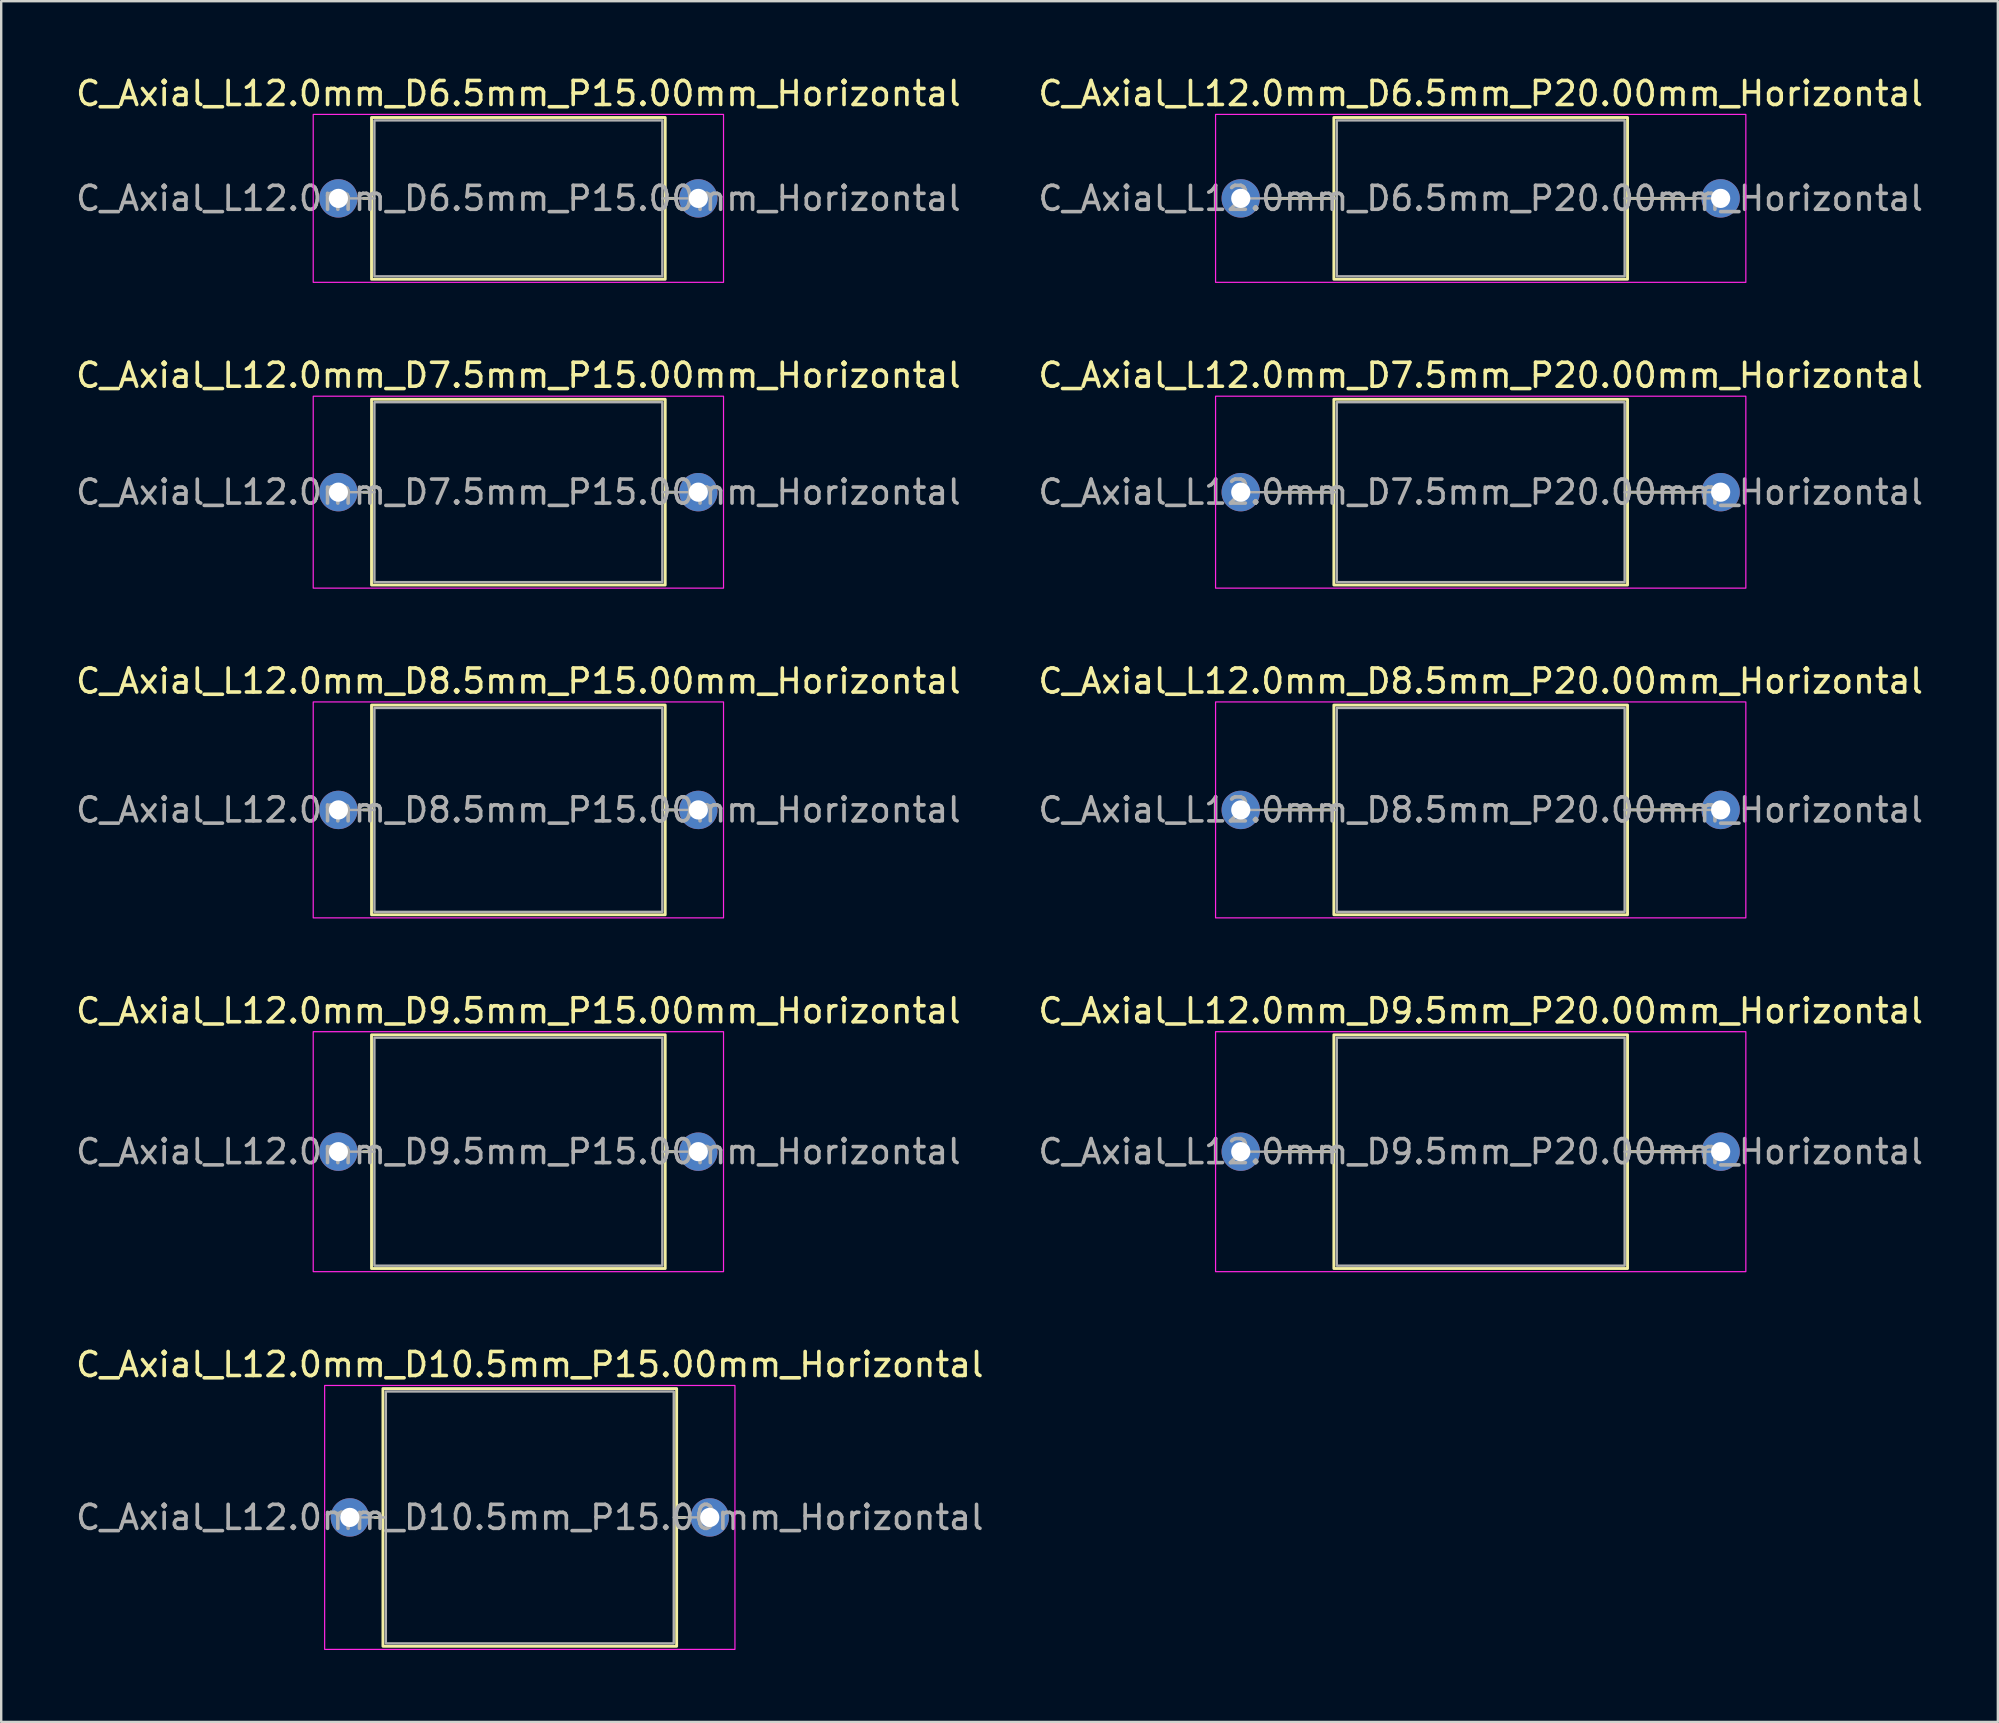
<source format=kicad_pcb>
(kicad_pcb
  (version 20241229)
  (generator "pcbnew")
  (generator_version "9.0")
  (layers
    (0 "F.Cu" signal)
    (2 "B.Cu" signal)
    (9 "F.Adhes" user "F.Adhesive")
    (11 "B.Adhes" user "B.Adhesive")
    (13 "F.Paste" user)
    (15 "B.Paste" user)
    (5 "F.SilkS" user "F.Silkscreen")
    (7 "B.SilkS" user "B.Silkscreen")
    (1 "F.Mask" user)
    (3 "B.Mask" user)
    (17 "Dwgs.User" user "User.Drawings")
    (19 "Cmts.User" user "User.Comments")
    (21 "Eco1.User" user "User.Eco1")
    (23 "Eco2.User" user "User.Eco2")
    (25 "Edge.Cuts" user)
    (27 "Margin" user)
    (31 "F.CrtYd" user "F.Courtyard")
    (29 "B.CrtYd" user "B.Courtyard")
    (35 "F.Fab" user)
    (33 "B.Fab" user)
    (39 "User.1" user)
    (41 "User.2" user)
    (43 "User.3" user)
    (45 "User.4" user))
  (footprint "C_Axial_L12.0mm_D8.5mm_P20.00mm_Horizontal"
    (layer "F.Cu")
    (at 48.661 30.705)
    (property "Reference" "C_Axial_L12.0mm_D8.5mm_P20.00mm_Horizontal" (at 10 -5.37 0) (layer "F.SilkS") (effects (font (size 1 1) (thickness 0.15))))
    (attr through_hole)
    (fp_line (start 1.04 0) (end 3.88 0) (stroke (width 0.12) (type solid)) (layer "F.SilkS"))
    (fp_line (start 18.96 0) (end 16.12 0) (stroke (width 0.12) (type solid)) (layer "F.SilkS"))
    (fp_rect (start 3.88 -4.37) (end 16.12 4.37) (stroke (width 0.12) (type solid)) (fill no) (layer "F.SilkS"))
    (fp_rect (start -1.05 -4.5) (end 21.05 4.5) (stroke (width 0.05) (type solid)) (fill no) (layer "F.CrtYd"))
    (fp_line (start 0 0) (end 4 0) (stroke (width 0.1) (type solid)) (layer "F.Fab"))
    (fp_line (start 20 0) (end 16 0) (stroke (width 0.1) (type solid)) (layer "F.Fab"))
    (fp_rect (start 4 -4.25) (end 16 4.25) (stroke (width 0.1) (type solid)) (fill no) (layer "F.Fab"))
    (fp_text user "${REFERENCE}" (at 10 0 0) (layer "F.Fab") (effects (font (size 1 1) (thickness 0.15))))
    (pad "1" thru_hole circle (at 0 0) (size 1.6 1.6) (drill 0.8) (layers "*.Cu" "*.Mask"))
    (pad "2" thru_hole circle (at 20 0) (size 1.6 1.6) (drill 0.8) (layers "*.Cu" "*.Mask")))
  (footprint "C_Axial_L12.0mm_D7.5mm_P20.00mm_Horizontal"
    (layer "F.Cu")
    (at 48.661 17.462)
    (property "Reference" "C_Axial_L12.0mm_D7.5mm_P20.00mm_Horizontal" (at 10 -4.87 0) (layer "F.SilkS") (effects (font (size 1 1) (thickness 0.15))))
    (attr through_hole)
    (fp_line (start 1.04 0) (end 3.88 0) (stroke (width 0.12) (type solid)) (layer "F.SilkS"))
    (fp_line (start 18.96 0) (end 16.12 0) (stroke (width 0.12) (type solid)) (layer "F.SilkS"))
    (fp_rect (start 3.88 -3.87) (end 16.12 3.87) (stroke (width 0.12) (type solid)) (fill no) (layer "F.SilkS"))
    (fp_rect (start -1.05 -4) (end 21.05 4) (stroke (width 0.05) (type solid)) (fill no) (layer "F.CrtYd"))
    (fp_line (start 0 0) (end 4 0) (stroke (width 0.1) (type solid)) (layer "F.Fab"))
    (fp_line (start 20 0) (end 16 0) (stroke (width 0.1) (type solid)) (layer "F.Fab"))
    (fp_rect (start 4 -3.75) (end 16 3.75) (stroke (width 0.1) (type solid)) (fill no) (layer "F.Fab"))
    (fp_text user "${REFERENCE}" (at 10 0 0) (layer "F.Fab") (effects (font (size 1 1) (thickness 0.15))))
    (pad "1" thru_hole circle (at 0 0) (size 1.6 1.6) (drill 0.8) (layers "*.Cu" "*.Mask"))
    (pad "2" thru_hole circle (at 20 0) (size 1.6 1.6) (drill 0.8) (layers "*.Cu" "*.Mask")))
  (footprint "C_Axial_L12.0mm_D9.5mm_P15.00mm_Horizontal"
    (layer "F.Cu")
    (at 11.054 44.948)
    (property "Reference" "C_Axial_L12.0mm_D9.5mm_P15.00mm_Horizontal" (at 7.5 -5.87 0) (layer "F.SilkS") (effects (font (size 1 1) (thickness 0.15))))
    (attr through_hole)
    (fp_line (start 1.04 0) (end 1.38 0) (stroke (width 0.12) (type solid)) (layer "F.SilkS"))
    (fp_line (start 13.96 0) (end 13.62 0) (stroke (width 0.12) (type solid)) (layer "F.SilkS"))
    (fp_rect (start 1.38 -4.87) (end 13.62 4.87) (stroke (width 0.12) (type solid)) (fill no) (layer "F.SilkS"))
    (fp_rect (start -1.05 -5) (end 16.05 5) (stroke (width 0.05) (type solid)) (fill no) (layer "F.CrtYd"))
    (fp_line (start 0 0) (end 1.5 0) (stroke (width 0.1) (type solid)) (layer "F.Fab"))
    (fp_line (start 15 0) (end 13.5 0) (stroke (width 0.1) (type solid)) (layer "F.Fab"))
    (fp_rect (start 1.5 -4.75) (end 13.5 4.75) (stroke (width 0.1) (type solid)) (fill no) (layer "F.Fab"))
    (fp_text user "${REFERENCE}" (at 7.5 0 0) (layer "F.Fab") (effects (font (size 1 1) (thickness 0.15))))
    (pad "1" thru_hole circle (at 0 0) (size 1.6 1.6) (drill 0.8) (layers "*.Cu" "*.Mask"))
    (pad "2" thru_hole circle (at 15 0) (size 1.6 1.6) (drill 0.8) (layers "*.Cu" "*.Mask")))
  (footprint "C_Axial_L12.0mm_D9.5mm_P20.00mm_Horizontal"
    (layer "F.Cu")
    (at 48.661 44.948)
    (property "Reference" "C_Axial_L12.0mm_D9.5mm_P20.00mm_Horizontal" (at 10 -5.87 0) (layer "F.SilkS") (effects (font (size 1 1) (thickness 0.15))))
    (attr through_hole)
    (fp_line (start 1.04 0) (end 3.88 0) (stroke (width 0.12) (type solid)) (layer "F.SilkS"))
    (fp_line (start 18.96 0) (end 16.12 0) (stroke (width 0.12) (type solid)) (layer "F.SilkS"))
    (fp_rect (start 3.88 -4.87) (end 16.12 4.87) (stroke (width 0.12) (type solid)) (fill no) (layer "F.SilkS"))
    (fp_rect (start -1.05 -5) (end 21.05 5) (stroke (width 0.05) (type solid)) (fill no) (layer "F.CrtYd"))
    (fp_line (start 0 0) (end 4 0) (stroke (width 0.1) (type solid)) (layer "F.Fab"))
    (fp_line (start 20 0) (end 16 0) (stroke (width 0.1) (type solid)) (layer "F.Fab"))
    (fp_rect (start 4 -4.75) (end 16 4.75) (stroke (width 0.1) (type solid)) (fill no) (layer "F.Fab"))
    (fp_text user "${REFERENCE}" (at 10 0 0) (layer "F.Fab") (effects (font (size 1 1) (thickness 0.15))))
    (pad "1" thru_hole circle (at 0 0) (size 1.6 1.6) (drill 0.8) (layers "*.Cu" "*.Mask"))
    (pad "2" thru_hole circle (at 20 0) (size 1.6 1.6) (drill 0.8) (layers "*.Cu" "*.Mask")))
  (footprint "C_Axial_L12.0mm_D6.5mm_P20.00mm_Horizontal"
    (layer "F.Cu")
    (at 48.661 5.218)
    (property "Reference" "C_Axial_L12.0mm_D6.5mm_P20.00mm_Horizontal" (at 10 -4.37 0) (layer "F.SilkS") (effects (font (size 1 1) (thickness 0.15))))
    (attr through_hole)
    (fp_line (start 1.04 0) (end 3.88 0) (stroke (width 0.12) (type solid)) (layer "F.SilkS"))
    (fp_line (start 18.96 0) (end 16.12 0) (stroke (width 0.12) (type solid)) (layer "F.SilkS"))
    (fp_rect (start 3.88 -3.37) (end 16.12 3.37) (stroke (width 0.12) (type solid)) (fill no) (layer "F.SilkS"))
    (fp_rect (start -1.05 -3.5) (end 21.05 3.5) (stroke (width 0.05) (type solid)) (fill no) (layer "F.CrtYd"))
    (fp_line (start 0 0) (end 4 0) (stroke (width 0.1) (type solid)) (layer "F.Fab"))
    (fp_line (start 20 0) (end 16 0) (stroke (width 0.1) (type solid)) (layer "F.Fab"))
    (fp_rect (start 4 -3.25) (end 16 3.25) (stroke (width 0.1) (type solid)) (fill no) (layer "F.Fab"))
    (fp_text user "${REFERENCE}" (at 10 0 0) (layer "F.Fab") (effects (font (size 1 1) (thickness 0.15))))
    (pad "1" thru_hole circle (at 0 0) (size 1.6 1.6) (drill 0.8) (layers "*.Cu" "*.Mask"))
    (pad "2" thru_hole circle (at 20 0) (size 1.6 1.6) (drill 0.8) (layers "*.Cu" "*.Mask")))
  (footprint "C_Axial_L12.0mm_D6.5mm_P15.00mm_Horizontal"
    (layer "F.Cu")
    (at 11.054 5.218)
    (property "Reference" "C_Axial_L12.0mm_D6.5mm_P15.00mm_Horizontal" (at 7.5 -4.37 0) (layer "F.SilkS") (effects (font (size 1 1) (thickness 0.15))))
    (attr through_hole)
    (fp_line (start 1.04 0) (end 1.38 0) (stroke (width 0.12) (type solid)) (layer "F.SilkS"))
    (fp_line (start 13.96 0) (end 13.62 0) (stroke (width 0.12) (type solid)) (layer "F.SilkS"))
    (fp_rect (start 1.38 -3.37) (end 13.62 3.37) (stroke (width 0.12) (type solid)) (fill no) (layer "F.SilkS"))
    (fp_rect (start -1.05 -3.5) (end 16.05 3.5) (stroke (width 0.05) (type solid)) (fill no) (layer "F.CrtYd"))
    (fp_line (start 0 0) (end 1.5 0) (stroke (width 0.1) (type solid)) (layer "F.Fab"))
    (fp_line (start 15 0) (end 13.5 0) (stroke (width 0.1) (type solid)) (layer "F.Fab"))
    (fp_rect (start 1.5 -3.25) (end 13.5 3.25) (stroke (width 0.1) (type solid)) (fill no) (layer "F.Fab"))
    (fp_text user "${REFERENCE}" (at 7.5 0 0) (layer "F.Fab") (effects (font (size 1 1) (thickness 0.15))))
    (pad "1" thru_hole circle (at 0 0) (size 1.6 1.6) (drill 0.8) (layers "*.Cu" "*.Mask"))
    (pad "2" thru_hole circle (at 15 0) (size 1.6 1.6) (drill 0.8) (layers "*.Cu" "*.Mask")))
  (footprint "C_Axial_L12.0mm_D7.5mm_P15.00mm_Horizontal"
    (layer "F.Cu")
    (at 11.054 17.462)
    (property "Reference" "C_Axial_L12.0mm_D7.5mm_P15.00mm_Horizontal" (at 7.5 -4.87 0) (layer "F.SilkS") (effects (font (size 1 1) (thickness 0.15))))
    (attr through_hole)
    (fp_line (start 1.04 0) (end 1.38 0) (stroke (width 0.12) (type solid)) (layer "F.SilkS"))
    (fp_line (start 13.96 0) (end 13.62 0) (stroke (width 0.12) (type solid)) (layer "F.SilkS"))
    (fp_rect (start 1.38 -3.87) (end 13.62 3.87) (stroke (width 0.12) (type solid)) (fill no) (layer "F.SilkS"))
    (fp_rect (start -1.05 -4) (end 16.05 4) (stroke (width 0.05) (type solid)) (fill no) (layer "F.CrtYd"))
    (fp_line (start 0 0) (end 1.5 0) (stroke (width 0.1) (type solid)) (layer "F.Fab"))
    (fp_line (start 15 0) (end 13.5 0) (stroke (width 0.1) (type solid)) (layer "F.Fab"))
    (fp_rect (start 1.5 -3.75) (end 13.5 3.75) (stroke (width 0.1) (type solid)) (fill no) (layer "F.Fab"))
    (fp_text user "${REFERENCE}" (at 7.5 0 0) (layer "F.Fab") (effects (font (size 1 1) (thickness 0.15))))
    (pad "1" thru_hole circle (at 0 0) (size 1.6 1.6) (drill 0.8) (layers "*.Cu" "*.Mask"))
    (pad "2" thru_hole circle (at 15 0) (size 1.6 1.6) (drill 0.8) (layers "*.Cu" "*.Mask")))
  (footprint "C_Axial_L12.0mm_D10.5mm_P15.00mm_Horizontal"
    (layer "F.Cu")
    (at 11.53 60.191)
    (property "Reference" "C_Axial_L12.0mm_D10.5mm_P15.00mm_Horizontal" (at 7.5 -6.37 0) (layer "F.SilkS") (effects (font (size 1 1) (thickness 0.15))))
    (attr through_hole)
    (fp_line (start 1.04 0) (end 1.38 0) (stroke (width 0.12) (type solid)) (layer "F.SilkS"))
    (fp_line (start 13.96 0) (end 13.62 0) (stroke (width 0.12) (type solid)) (layer "F.SilkS"))
    (fp_rect (start 1.38 -5.37) (end 13.62 5.37) (stroke (width 0.12) (type solid)) (fill no) (layer "F.SilkS"))
    (fp_rect (start -1.05 -5.5) (end 16.05 5.5) (stroke (width 0.05) (type solid)) (fill no) (layer "F.CrtYd"))
    (fp_line (start 0 0) (end 1.5 0) (stroke (width 0.1) (type solid)) (layer "F.Fab"))
    (fp_line (start 15 0) (end 13.5 0) (stroke (width 0.1) (type solid)) (layer "F.Fab"))
    (fp_rect (start 1.5 -5.25) (end 13.5 5.25) (stroke (width 0.1) (type solid)) (fill no) (layer "F.Fab"))
    (fp_text user "${REFERENCE}" (at 7.5 0 0) (layer "F.Fab") (effects (font (size 1 1) (thickness 0.15))))
    (pad "1" thru_hole circle (at 0 0) (size 1.6 1.6) (drill 0.8) (layers "*.Cu" "*.Mask"))
    (pad "2" thru_hole circle (at 15 0) (size 1.6 1.6) (drill 0.8) (layers "*.Cu" "*.Mask")))
  (footprint "C_Axial_L12.0mm_D8.5mm_P15.00mm_Horizontal"
    (layer "F.Cu")
    (at 11.054 30.705)
    (property "Reference" "C_Axial_L12.0mm_D8.5mm_P15.00mm_Horizontal" (at 7.5 -5.37 0) (layer "F.SilkS") (effects (font (size 1 1) (thickness 0.15))))
    (attr through_hole)
    (fp_line (start 1.04 0) (end 1.38 0) (stroke (width 0.12) (type solid)) (layer "F.SilkS"))
    (fp_line (start 13.96 0) (end 13.62 0) (stroke (width 0.12) (type solid)) (layer "F.SilkS"))
    (fp_rect (start 1.38 -4.37) (end 13.62 4.37) (stroke (width 0.12) (type solid)) (fill no) (layer "F.SilkS"))
    (fp_rect (start -1.05 -4.5) (end 16.05 4.5) (stroke (width 0.05) (type solid)) (fill no) (layer "F.CrtYd"))
    (fp_line (start 0 0) (end 1.5 0) (stroke (width 0.1) (type solid)) (layer "F.Fab"))
    (fp_line (start 15 0) (end 13.5 0) (stroke (width 0.1) (type solid)) (layer "F.Fab"))
    (fp_rect (start 1.5 -4.25) (end 13.5 4.25) (stroke (width 0.1) (type solid)) (fill no) (layer "F.Fab"))
    (fp_text user "${REFERENCE}" (at 7.5 0 0) (layer "F.Fab") (effects (font (size 1 1) (thickness 0.15))))
    (pad "1" thru_hole circle (at 0 0) (size 1.6 1.6) (drill 0.8) (layers "*.Cu" "*.Mask"))
    (pad "2" thru_hole circle (at 15 0) (size 1.6 1.6) (drill 0.8) (layers "*.Cu" "*.Mask")))
  (gr_rect
    (start -3 -3)
    (end 80.214 68.716)
    (stroke (width 0.1) (type default))
    (fill no)
    (layer "Edge.Cuts")))
</source>
